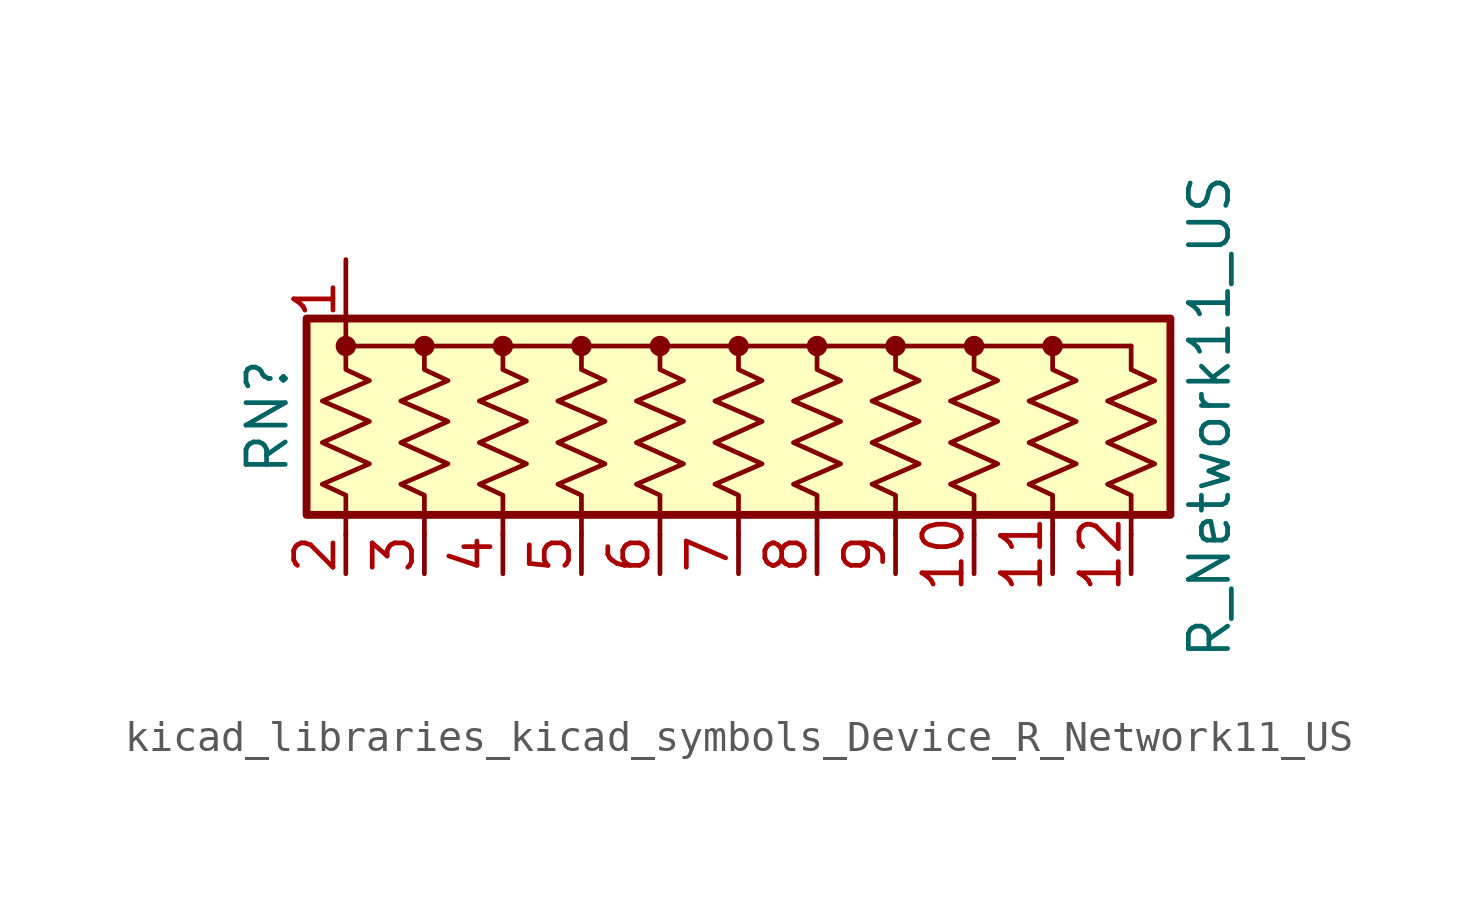
<source format=kicad_sym>
(kicad_symbol_lib
  (version 20220914)
  (generator kicad_symbol_editor)
  (symbol "kicad_libraries_kicad_symbols_Device_R_Network11_US"
    (pin_names
      (offset 0) hide)
    (property "Reference" "RN"
      (at -15.24 0 90)
      (effects (font (size 1.27 1.27))))
    (property "Value" "R_Network11_US"
      (at 15.24 0 90)
      (effects (font (size 1.27 1.27))))
    (symbol "kicad_libraries_kicad_symbols_Device_R_Network11_US_0_1"
      (rectangle (start -13.97 -3.175) (end 13.97 3.175) (stroke (width 0.254) (type default)) (fill (type background)))
      (circle (center -12.7 2.286) (radius 0.254) (stroke (width 0) (type default)) (fill (type outline)))
      (circle (center -10.16 2.286) (radius 0.254) (stroke (width 0) (type default)) (fill (type outline)))
      (circle (center -7.62 2.286) (radius 0.254) (stroke (width 0) (type default)) (fill (type outline)))
      (circle (center -5.08 2.286) (radius 0.254) (stroke (width 0) (type default)) (fill (type outline)))
      (circle (center -2.54 2.286) (radius 0.254) (stroke (width 0) (type default)) (fill (type outline)))
      (polyline (pts (xy -12.7 2.286) (xy 12.7 2.286)) (stroke (width 0) (type default)) (fill (type none)))
      (polyline (pts (xy -12.7 2.286) (xy -12.7 1.524) (xy -11.938 1.168) (xy -13.462 0.508) (xy -11.938 -0.152) (xy -13.462 -0.838) (xy -11.938 -1.524) (xy -13.462 -2.184) (xy -12.7 -2.54) (xy -12.7 -3.81)) (stroke (width 0) (type default)) (fill (type none)))
      (polyline (pts (xy -10.16 2.286) (xy -10.16 1.524) (xy -9.398 1.168) (xy -10.922 0.508) (xy -9.398 -0.152) (xy -10.922 -0.838) (xy -9.398 -1.524) (xy -10.922 -2.184) (xy -10.16 -2.54) (xy -10.16 -3.81)) (stroke (width 0) (type default)) (fill (type none)))
      (polyline (pts (xy -7.62 2.286) (xy -7.62 1.524) (xy -6.858 1.168) (xy -8.382 0.508) (xy -6.858 -0.152) (xy -8.382 -0.838) (xy -6.858 -1.524) (xy -8.382 -2.184) (xy -7.62 -2.54) (xy -7.62 -3.81)) (stroke (width 0) (type default)) (fill (type none)))
      (polyline (pts (xy -5.08 2.286) (xy -5.08 1.524) (xy -4.318 1.168) (xy -5.842 0.508) (xy -4.318 -0.152) (xy -5.842 -0.838) (xy -4.318 -1.524) (xy -5.842 -2.184) (xy -5.08 -2.54) (xy -5.08 -3.81)) (stroke (width 0) (type default)) (fill (type none)))
      (polyline (pts (xy -2.54 2.286) (xy -2.54 1.524) (xy -1.778 1.168) (xy -3.302 0.508) (xy -1.778 -0.152) (xy -3.302 -0.838) (xy -1.778 -1.524) (xy -3.302 -2.184) (xy -2.54 -2.54) (xy -2.54 -3.81)) (stroke (width 0) (type default)) (fill (type none)))
      (polyline (pts (xy 0 2.286) (xy 0 1.524) (xy 0.762 1.168) (xy -0.762 0.508) (xy 0.762 -0.152) (xy -0.762 -0.838) (xy 0.762 -1.524) (xy -0.762 -2.184) (xy 0 -2.54) (xy 0 -3.81)) (stroke (width 0) (type default)) (fill (type none)))
      (polyline (pts (xy 2.54 2.286) (xy 2.54 1.524) (xy 3.302 1.168) (xy 1.778 0.508) (xy 3.302 -0.152) (xy 1.778 -0.838) (xy 3.302 -1.524) (xy 1.778 -2.184) (xy 2.54 -2.54) (xy 2.54 -3.81)) (stroke (width 0) (type default)) (fill (type none)))
      (polyline (pts (xy 5.08 2.286) (xy 5.08 1.524) (xy 5.842 1.168) (xy 4.318 0.508) (xy 5.842 -0.152) (xy 4.318 -0.838) (xy 5.842 -1.524) (xy 4.318 -2.184) (xy 5.08 -2.54) (xy 5.08 -3.81)) (stroke (width 0) (type default)) (fill (type none)))
      (polyline (pts (xy 7.62 2.286) (xy 7.62 1.524) (xy 8.382 1.168) (xy 6.858 0.508) (xy 8.382 -0.152) (xy 6.858 -0.838) (xy 8.382 -1.524) (xy 6.858 -2.184) (xy 7.62 -2.54) (xy 7.62 -3.81)) (stroke (width 0) (type default)) (fill (type none)))
      (polyline (pts (xy 10.16 2.286) (xy 10.16 1.524) (xy 10.922 1.168) (xy 9.398 0.508) (xy 10.922 -0.152) (xy 9.398 -0.838) (xy 10.922 -1.524) (xy 9.398 -2.184) (xy 10.16 -2.54) (xy 10.16 -3.81)) (stroke (width 0) (type default)) (fill (type none)))
      (polyline (pts (xy 12.7 2.286) (xy 12.7 1.524) (xy 13.462 1.168) (xy 11.938 0.508) (xy 13.462 -0.152) (xy 11.938 -0.838) (xy 13.462 -1.524) (xy 11.938 -2.184) (xy 12.7 -2.54) (xy 12.7 -3.81)) (stroke (width 0) (type default)) (fill (type none)))
      (circle (center 0 2.286) (radius 0.254) (stroke (width 0) (type default)) (fill (type outline)))
      (circle (center 2.54 2.286) (radius 0.254) (stroke (width 0) (type default)) (fill (type outline)))
      (circle (center 5.08 2.286) (radius 0.254) (stroke (width 0) (type default)) (fill (type outline)))
      (circle (center 7.62 2.286) (radius 0.254) (stroke (width 0) (type default)) (fill (type outline)))
      (circle (center 10.16 2.286) (radius 0.254) (stroke (width 0) (type default)) (fill (type outline))))
    (symbol "kicad_libraries_kicad_symbols_Device_R_Network11_US_1_1"
      (pin passive line (at -12.7 5.08 270) (length 2.54) (name "common" (effects (font (size 1.27 1.27)))) (number "1" (effects (font (size 1.27 1.27)))))
      (pin passive line (at 7.62 -5.08 90) (length 1.27) (name "R9" (effects (font (size 1.27 1.27)))) (number "10" (effects (font (size 1.27 1.27)))))
      (pin passive line (at 10.16 -5.08 90) (length 1.27) (name "R10" (effects (font (size 1.27 1.27)))) (number "11" (effects (font (size 1.27 1.27)))))
      (pin passive line (at 12.7 -5.08 90) (length 1.27) (name "R11" (effects (font (size 1.27 1.27)))) (number "12" (effects (font (size 1.27 1.27)))))
      (pin passive line (at -12.7 -5.08 90) (length 1.27) (name "R1" (effects (font (size 1.27 1.27)))) (number "2" (effects (font (size 1.27 1.27)))))
      (pin passive line (at -10.16 -5.08 90) (length 1.27) (name "R2" (effects (font (size 1.27 1.27)))) (number "3" (effects (font (size 1.27 1.27)))))
      (pin passive line (at -7.62 -5.08 90) (length 1.27) (name "R3" (effects (font (size 1.27 1.27)))) (number "4" (effects (font (size 1.27 1.27)))))
      (pin passive line (at -5.08 -5.08 90) (length 1.27) (name "R4" (effects (font (size 1.27 1.27)))) (number "5" (effects (font (size 1.27 1.27)))))
      (pin passive line (at -2.54 -5.08 90) (length 1.27) (name "R5" (effects (font (size 1.27 1.27)))) (number "6" (effects (font (size 1.27 1.27)))))
      (pin passive line (at 0 -5.08 90) (length 1.27) (name "R6" (effects (font (size 1.27 1.27)))) (number "7" (effects (font (size 1.27 1.27)))))
      (pin passive line (at 2.54 -5.08 90) (length 1.27) (name "R7" (effects (font (size 1.27 1.27)))) (number "8" (effects (font (size 1.27 1.27)))))
      (pin passive line (at 5.08 -5.08 90) (length 1.27) (name "R8" (effects (font (size 1.27 1.27)))) (number "9" (effects (font (size 1.27 1.27))))))))
</source>
